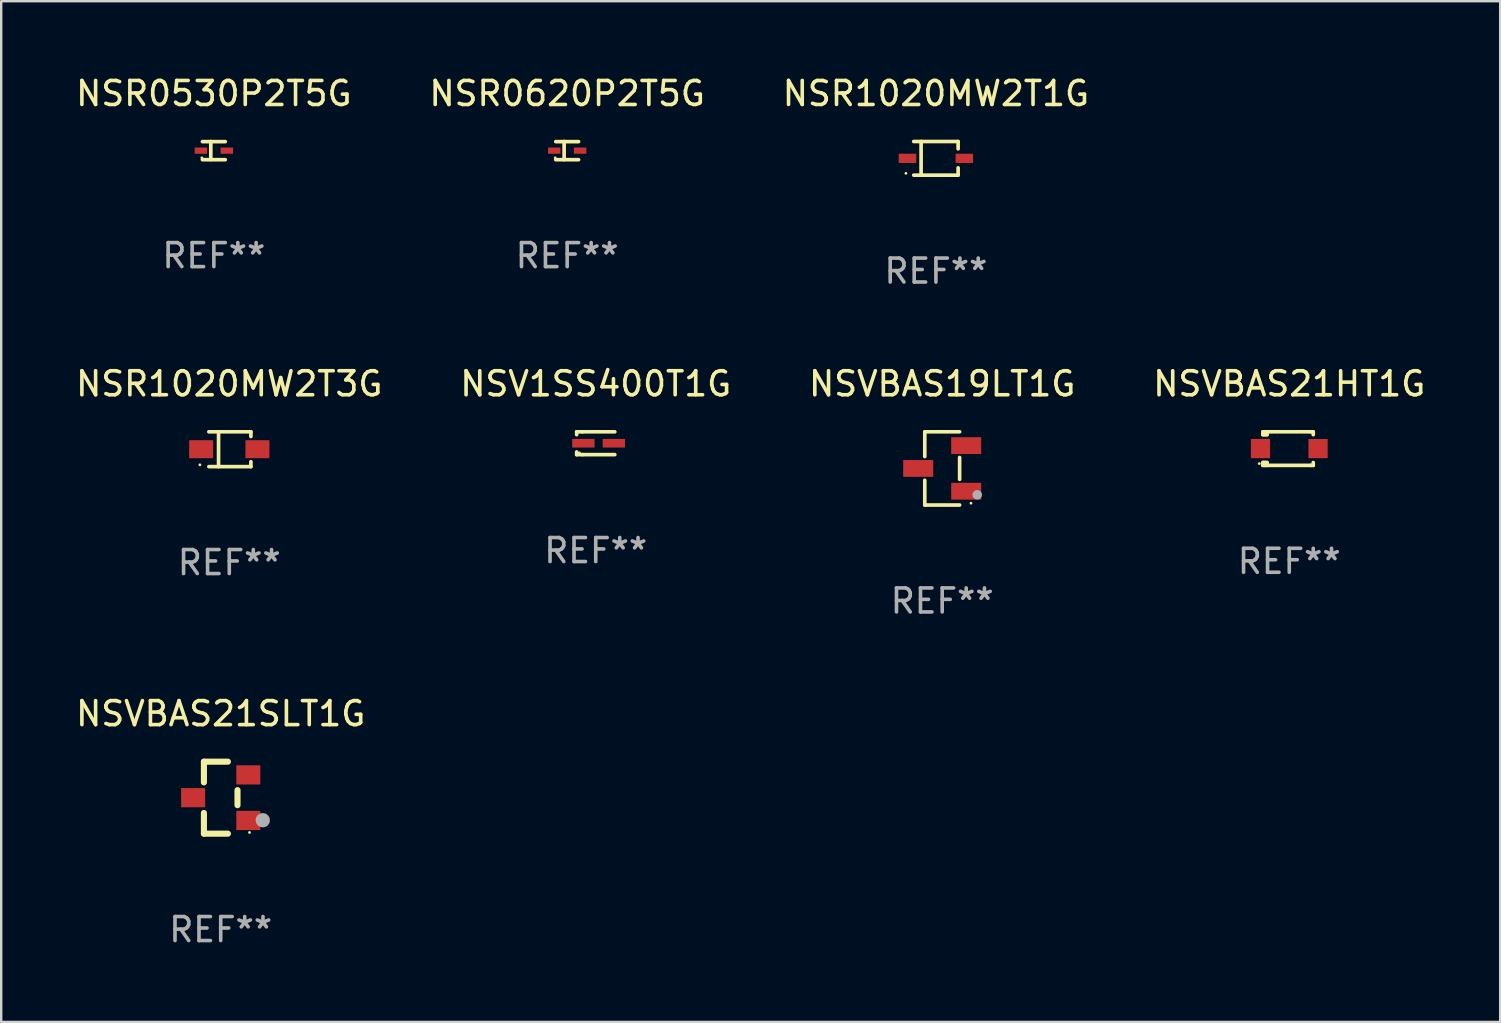
<source format=kicad_pcb>
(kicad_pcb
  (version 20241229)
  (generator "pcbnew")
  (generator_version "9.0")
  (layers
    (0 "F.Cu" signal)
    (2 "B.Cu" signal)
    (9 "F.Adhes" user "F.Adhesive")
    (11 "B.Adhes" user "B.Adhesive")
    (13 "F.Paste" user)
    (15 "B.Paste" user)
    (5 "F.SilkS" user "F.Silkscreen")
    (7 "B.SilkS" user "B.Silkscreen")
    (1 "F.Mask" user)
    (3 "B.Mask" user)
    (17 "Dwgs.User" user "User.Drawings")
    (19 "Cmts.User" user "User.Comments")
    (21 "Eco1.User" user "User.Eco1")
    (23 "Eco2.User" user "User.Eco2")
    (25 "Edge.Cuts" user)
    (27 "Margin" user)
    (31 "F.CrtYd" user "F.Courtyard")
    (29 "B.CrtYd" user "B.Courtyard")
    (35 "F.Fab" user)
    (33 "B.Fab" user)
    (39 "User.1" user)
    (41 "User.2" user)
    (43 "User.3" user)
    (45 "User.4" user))
  (footprint "NSVBAS19LT1G"
    (layer "F.Cu")
    (at 36.22 16.473)
    (property "Reference" "NSVBAS19LT1G" (at 0 -3.526 0) (layer "F.SilkS") (effects (font (size 1 1) (thickness 0.15))))
    (attr through_hole)
    (fp_line (start -0.726 -1.526) (end -0.726 -0.495) (stroke (width 0.152) (type solid)) (layer "F.SilkS"))
    (fp_line (start -0.726 1.526) (end -0.726 0.495) (stroke (width 0.152) (type solid)) (layer "F.SilkS"))
    (fp_line (start 0.726 -1.526) (end -0.726 -1.526) (stroke (width 0.152) (type solid)) (layer "F.SilkS"))
    (fp_line (start 0.726 -0.455) (end 0.726 0.455) (stroke (width 0.152) (type solid)) (layer "F.SilkS"))
    (fp_line (start 0.726 1.526) (end -0.726 1.526) (stroke (width 0.152) (type solid)) (layer "F.SilkS"))
    (fp_circle (center 1.2 1.45) (end 1.23 1.45) (stroke (width 0.06) (type solid)) (fill no) (layer "F.SilkS"))
    (fp_circle (center 1.46 1.1) (end 1.56 1.1) (stroke (width 0.2) (type solid)) (fill no) (layer "F.Fab"))
    (fp_text user "REF**" (at 0 5.526 0) (layer "F.Fab") (effects (font (size 1 1) (thickness 0.15))))
    (pad "1" smd rect (at 1 0.95) (size 1.25 0.7) (layers "F.Cu" "F.Mask" "F.Paste"))
    (pad "2" smd rect (at 1 -0.95) (size 1.25 0.7) (layers "F.Cu" "F.Mask" "F.Paste"))
    (pad "3" smd rect (at -1 0) (size 1.25 0.7) (layers "F.Cu" "F.Mask" "F.Paste")))
  (footprint "NSR0620P2T5G"
    (layer "F.Cu")
    (at 20.589 3.227)
    (property "Reference" "NSR0620P2T5G" (at 0 -2.379 0) (layer "F.SilkS") (effects (font (size 1 1) (thickness 0.15))))
    (attr through_hole)
    (fp_line (start -0.476 -0.374) (end 0.476 -0.374) (stroke (width 0.152) (type solid)) (layer "F.SilkS"))
    (fp_line (start -0.476 0.379) (end 0.476 0.379) (stroke (width 0.152) (type solid)) (layer "F.SilkS"))
    (fp_line (start -0.127 -0.379) (end -0.127 0.374) (stroke (width 0.152) (type solid)) (layer "F.SilkS"))
    (fp_circle (center -0.5 0.302) (end -0.47 0.302) (stroke (width 0.06) (type solid)) (fill no) (layer "F.SilkS"))
    (fp_text user "REF**" (at 0 4.379 0) (layer "F.Fab") (effects (font (size 1 1) (thickness 0.15))))
    (pad "1" smd rect (at -0.54 0.002 180) (size 0.52 0.26) (layers "F.Cu" "F.Mask" "F.Paste"))
    (pad "2" smd rect (at 0.54 0.002 180) (size 0.52 0.26) (layers "F.Cu" "F.Mask" "F.Paste")))
  (footprint "NSR1020MW2T3G"
    (layer "F.Cu")
    (at 6.506 15.673)
    (property "Reference" "NSR1020MW2T3G" (at 0 -2.726 0) (layer "F.SilkS") (effects (font (size 1 1) (thickness 0.15))))
    (attr through_hole)
    (fp_line (start -0.851 -0.726) (end 0.901 -0.726) (stroke (width 0.152) (type solid)) (layer "F.SilkS"))
    (fp_line (start -0.851 0.726) (end 0.901 0.726) (stroke (width 0.152) (type solid)) (layer "F.SilkS"))
    (fp_line (start -0.447 -0.726) (end -0.447 0.726) (stroke (width 0.152) (type solid)) (layer "F.SilkS"))
    (fp_line (start 0.901 -0.726) (end 0.901 -0.53) (stroke (width 0.152) (type solid)) (layer "F.SilkS"))
    (fp_line (start 0.901 0.726) (end 0.901 0.52) (stroke (width 0.152) (type solid)) (layer "F.SilkS"))
    (fp_circle (center -1.225 0.65) (end -1.195 0.65) (stroke (width 0.06) (type solid)) (fill no) (layer "F.SilkS"))
    (fp_text user "REF**" (at 0 4.726 0) (layer "F.Fab") (effects (font (size 1 1) (thickness 0.15))))
    (pad "1" smd rect (at -1.173 0) (size 1 0.75) (layers "F.Cu" "F.Mask" "F.Paste"))
    (pad "2" smd rect (at 1.173 0) (size 1 0.75) (layers "F.Cu" "F.Mask" "F.Paste")))
  (footprint "NSV1SS400T1G"
    (layer "F.Cu")
    (at 21.78 15.423)
    (property "Reference" "NSV1SS400T1G" (at 0 -2.476 0) (layer "F.SilkS") (effects (font (size 1 1) (thickness 0.15))))
    (attr through_hole)
    (fp_line (start -0.795 -0.476) (end -0.795 -0.356) (stroke (width 0.152) (type solid)) (layer "F.SilkS"))
    (fp_line (start -0.795 0.363) (end -0.795 0.476) (stroke (width 0.152) (type solid)) (layer "F.SilkS"))
    (fp_line (start -0.795 0.476) (end -0.557 0.476) (stroke (width 0.152) (type solid)) (layer "F.SilkS"))
    (fp_line (start -0.557 -0.476) (end -0.795 -0.476) (stroke (width 0.152) (type solid)) (layer "F.SilkS"))
    (fp_line (start -0.557 -0.476) (end 0.795 -0.476) (stroke (width 0.152) (type solid)) (layer "F.SilkS"))
    (fp_line (start -0.557 0.476) (end 0.795 0.476) (stroke (width 0.152) (type solid)) (layer "F.SilkS"))
    (fp_circle (center -0.681 0.4) (end -0.651 0.4) (stroke (width 0.06) (type solid)) (fill no) (layer "F.SilkS"))
    (fp_text user "REF**" (at 0 4.476 0) (layer "F.Fab") (effects (font (size 1 1) (thickness 0.15))))
    (pad "1" smd rect (at -0.516 0 180) (size 0.93 0.36) (layers "F.Cu" "F.Mask" "F.Paste"))
    (pad "2" smd rect (at 0.754 0 180) (size 0.93 0.36) (layers "F.Cu" "F.Mask" "F.Paste")))
  (footprint "NSR1020MW2T1G"
    (layer "F.Cu")
    (at 35.958 3.549)
    (property "Reference" "NSR1020MW2T1G" (at 0 -2.701 0) (layer "F.SilkS") (effects (font (size 1 1) (thickness 0.15))))
    (attr through_hole)
    (fp_line (start -0.926 -0.701) (end 0.926 -0.701) (stroke (width 0.152) (type solid)) (layer "F.SilkS"))
    (fp_line (start -0.926 0.701) (end 0.926 0.701) (stroke (width 0.152) (type solid)) (layer "F.SilkS"))
    (fp_line (start -0.617 -0.701) (end -0.617 0.701) (stroke (width 0.152) (type solid)) (layer "F.SilkS"))
    (fp_line (start 0.926 -0.701) (end 0.926 -0.396) (stroke (width 0.152) (type solid)) (layer "F.SilkS"))
    (fp_line (start 0.926 0.701) (end 0.926 0.396) (stroke (width 0.152) (type solid)) (layer "F.SilkS"))
    (fp_circle (center -1.25 0.625) (end -1.22 0.625) (stroke (width 0.06) (type solid)) (fill no) (layer "F.SilkS"))
    (fp_text user "REF**" (at 0 4.701 0) (layer "F.Fab") (effects (font (size 1 1) (thickness 0.15))))
    (pad "1" smd rect (at -1.185 0 180) (size 0.73 0.385) (layers "F.Cu" "F.Mask" "F.Paste"))
    (pad "2" smd rect (at 1.185 0 180) (size 0.73 0.385) (layers "F.Cu" "F.Mask" "F.Paste")))
  (footprint "NSVBAS21HT1G"
    (layer "F.Cu")
    (at 50.685 15.647)
    (property "Reference" "NSVBAS21HT1G" (at 0 -2.7 0) (layer "F.SilkS") (effects (font (size 1 1) (thickness 0.15))))
    (attr through_hole)
    (fp_line (start -1.1 -0.7) (end -1.1 -0.58) (stroke (width 0.152) (type solid)) (layer "F.SilkS"))
    (fp_line (start -1.1 0.58) (end -1.1 0.7) (stroke (width 0.152) (type solid)) (layer "F.SilkS"))
    (fp_line (start -1.1 0.58) (end -0.927 0.58) (stroke (width 0.152) (type solid)) (layer "F.SilkS"))
    (fp_line (start -1.1 0.7) (end 0.9 0.7) (stroke (width 0.152) (type solid)) (layer "F.SilkS"))
    (fp_line (start -1.014 -0.58) (end -1.014 -0.7) (stroke (width 0.152) (type solid)) (layer "F.SilkS"))
    (fp_line (start -1.014 0.7) (end -1.014 0.58) (stroke (width 0.152) (type solid)) (layer "F.SilkS"))
    (fp_line (start -0.927 -0.7) (end -0.927 -0.58) (stroke (width 0.152) (type solid)) (layer "F.SilkS"))
    (fp_line (start -0.927 -0.58) (end -1.1 -0.58) (stroke (width 0.152) (type solid)) (layer "F.SilkS"))
    (fp_line (start -0.927 0.58) (end -0.927 0.7) (stroke (width 0.152) (type solid)) (layer "F.SilkS"))
    (fp_line (start 0.9 -0.7) (end -1.1 -0.7) (stroke (width 0.152) (type solid)) (layer "F.SilkS"))
    (fp_line (start 0.9 0.7) (end 1 0.7) (stroke (width 0.152) (type solid)) (layer "F.SilkS"))
    (fp_line (start 1 -0.7) (end 0.9 -0.7) (stroke (width 0.152) (type solid)) (layer "F.SilkS"))
    (fp_line (start 1 -0.58) (end 1 -0.7) (stroke (width 0.152) (type solid)) (layer "F.SilkS"))
    (fp_line (start 1 0.7) (end 1 0.58) (stroke (width 0.152) (type solid)) (layer "F.SilkS"))
    (fp_circle (center -1.25 0.625) (end -1.22 0.625) (stroke (width 0.06) (type solid)) (fill no) (layer "F.SilkS"))
    (fp_text user "REF**" (at 0 4.7 0) (layer "F.Fab") (effects (font (size 1 1) (thickness 0.15))))
    (pad "1" smd rect (at -1.2 0) (size 0.8 0.8) (layers "F.Cu" "F.Mask" "F.Paste"))
    (pad "2" smd rect (at 1.2 0) (size 0.8 0.8) (layers "F.Cu" "F.Mask" "F.Paste")))
  (footprint "NSVBAS21SLT1G"
    (layer "F.Cu")
    (at 6.149 30.196)
    (property "Reference" "NSVBAS21SLT1G" (at 0 -3.5 0) (layer "F.SilkS") (effects (font (size 1 1) (thickness 0.15))))
    (attr through_hole)
    (fp_line (start -0.7 -1.5) (end 0.3 -1.5) (stroke (width 0.254) (type solid)) (layer "F.SilkS"))
    (fp_line (start -0.7 -0.636) (end -0.7 -1.5) (stroke (width 0.254) (type solid)) (layer "F.SilkS"))
    (fp_line (start -0.7 1.5) (end -0.7 0.636) (stroke (width 0.254) (type solid)) (layer "F.SilkS"))
    (fp_line (start -0.7 1.5) (end 0.3 1.5) (stroke (width 0.254) (type solid)) (layer "F.SilkS"))
    (fp_line (start 0.7 0.314) (end 0.7 -0.314) (stroke (width 0.254) (type solid)) (layer "F.SilkS"))
    (fp_circle (center 1.2 1.45) (end 1.23 1.45) (stroke (width 0.06) (type solid)) (fill no) (layer "F.SilkS"))
    (fp_circle (center 1.753 0.94) (end 1.903 0.94) (stroke (width 0.3) (type solid)) (fill no) (layer "F.Fab"))
    (fp_text user "REF**" (at 0 5.5 0) (layer "F.Fab") (effects (font (size 1 1) (thickness 0.15))))
    (pad "1" smd rect (at 1.15 0.95 180) (size 1 0.8) (layers "F.Cu" "F.Mask" "F.Paste"))
    (pad "2" smd rect (at 1.15 -0.95 180) (size 1 0.8) (layers "F.Cu" "F.Mask" "F.Paste"))
    (pad "3" smd rect (at -1.15 -0.000051 180) (size 1 0.8) (layers "F.Cu" "F.Mask" "F.Paste")))
  (footprint "NSR0530P2T5G"
    (layer "F.Cu")
    (at 5.863 3.227)
    (property "Reference" "NSR0530P2T5G" (at 0 -2.379 0) (layer "F.SilkS") (effects (font (size 1 1) (thickness 0.15))))
    (attr through_hole)
    (fp_line (start -0.476 -0.374) (end 0.476 -0.374) (stroke (width 0.152) (type solid)) (layer "F.SilkS"))
    (fp_line (start -0.476 0.379) (end 0.476 0.379) (stroke (width 0.152) (type solid)) (layer "F.SilkS"))
    (fp_line (start -0.127 -0.379) (end -0.127 0.374) (stroke (width 0.152) (type solid)) (layer "F.SilkS"))
    (fp_circle (center -0.5 0.302) (end -0.47 0.302) (stroke (width 0.06) (type solid)) (fill no) (layer "F.SilkS"))
    (fp_text user "REF**" (at 0 4.379 0) (layer "F.Fab") (effects (font (size 1 1) (thickness 0.15))))
    (pad "1" smd rect (at -0.54 0.002 180) (size 0.52 0.26) (layers "F.Cu" "F.Mask" "F.Paste"))
    (pad "2" smd rect (at 0.54 0.002 180) (size 0.52 0.26) (layers "F.Cu" "F.Mask" "F.Paste")))
  (gr_rect
    (start -3 -3)
    (end 59.476 39.544)
    (stroke (width 0.1) (type default))
    (fill no)
    (layer "Edge.Cuts")))
</source>
